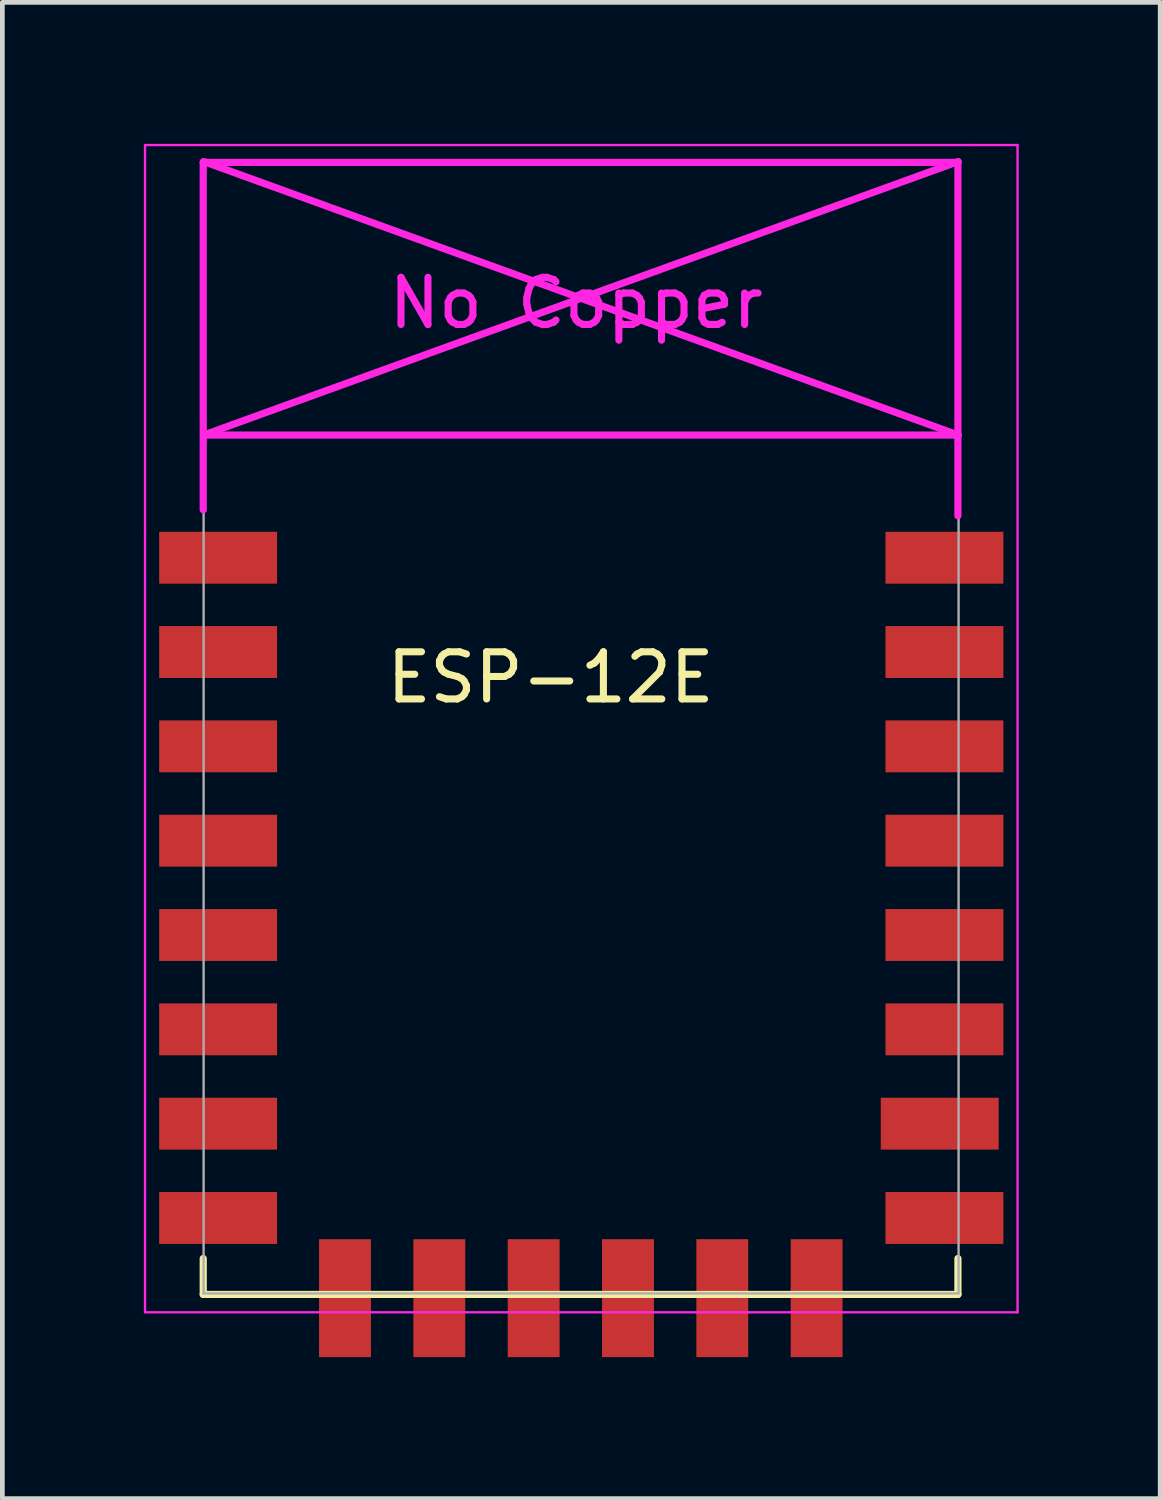
<source format=kicad_pcb>
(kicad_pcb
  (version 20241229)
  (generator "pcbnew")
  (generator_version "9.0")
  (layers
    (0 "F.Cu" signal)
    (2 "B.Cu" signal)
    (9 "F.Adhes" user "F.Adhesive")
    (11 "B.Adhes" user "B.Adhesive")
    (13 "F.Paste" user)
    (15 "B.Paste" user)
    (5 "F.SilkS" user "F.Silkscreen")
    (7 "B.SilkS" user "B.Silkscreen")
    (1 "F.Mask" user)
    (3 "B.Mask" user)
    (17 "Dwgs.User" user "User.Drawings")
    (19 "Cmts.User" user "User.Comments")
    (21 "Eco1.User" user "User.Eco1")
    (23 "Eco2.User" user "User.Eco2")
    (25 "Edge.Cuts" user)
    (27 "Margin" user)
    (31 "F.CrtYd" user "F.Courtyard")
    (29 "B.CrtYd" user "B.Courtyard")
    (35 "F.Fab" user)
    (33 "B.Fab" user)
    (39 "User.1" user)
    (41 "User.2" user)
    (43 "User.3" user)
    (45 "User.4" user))
  (footprint "ESP-12E"
    (layer "F.Cu")
    (at 2.275 8.775)
    (property "Reference" "ESP-12E" (at 6.35 2.54 0) (layer "F.SilkS") (effects (font (size 1 1) (thickness 0.15))))
    (attr through_hole)
    (fp_line (start -1.016 14.859) (end -1.016 15.621) (stroke (width 0.152) (type solid)) (layer "F.SilkS"))
    (fp_line (start -1.016 15.621) (end 14.986 15.621) (stroke (width 0.152) (type solid)) (layer "F.SilkS"))
    (fp_line (start 14.986 15.621) (end 14.986 14.859) (stroke (width 0.152) (type solid)) (layer "F.SilkS"))
    (fp_line (start -2.25 -8.75) (end 15.25 -8.75) (stroke (width 0.05) (type solid)) (layer "F.CrtYd"))
    (fp_line (start -2.25 -0.5) (end -2.25 -8.75) (stroke (width 0.05) (type solid)) (layer "F.CrtYd"))
    (fp_line (start -2.25 16) (end -2.25 -0.5) (stroke (width 0.05) (type solid)) (layer "F.CrtYd"))
    (fp_line (start -1.016 -8.382) (end -1.016 -1.016) (stroke (width 0.152) (type solid)) (layer "F.CrtYd"))
    (fp_line (start -1.016 -8.382) (end 14.986 -8.382) (stroke (width 0.152) (type solid)) (layer "F.CrtYd"))
    (fp_line (start -1.008 -8.4) (end 14.992 -2.6) (stroke (width 0.152) (type solid)) (layer "F.CrtYd"))
    (fp_line (start -1.008 -2.6) (end 14.992 -2.6) (stroke (width 0.152) (type solid)) (layer "F.CrtYd"))
    (fp_line (start 14.986 -8.382) (end 14.986 -0.889) (stroke (width 0.152) (type solid)) (layer "F.CrtYd"))
    (fp_line (start 14.992 -8.4) (end -1.008 -2.6) (stroke (width 0.152) (type solid)) (layer "F.CrtYd"))
    (fp_line (start 15.25 -8.75) (end 16.25 -8.75) (stroke (width 0.05) (type solid)) (layer "F.CrtYd"))
    (fp_line (start 16.25 -8.75) (end 16.25 16) (stroke (width 0.05) (type solid)) (layer "F.CrtYd"))
    (fp_line (start 16.25 16) (end -2.25 16) (stroke (width 0.05) (type solid)) (layer "F.CrtYd"))
    (fp_line (start -1.008 -8.4) (end 14.992 -8.4) (stroke (width 0.05) (type solid)) (layer "F.Fab"))
    (fp_line (start -1.008 15.6) (end -1.008 -8.4) (stroke (width 0.05) (type solid)) (layer "F.Fab"))
    (fp_line (start 14.992 15.6) (end -1.008 15.6) (stroke (width 0.05) (type solid)) (layer "F.Fab"))
    (fp_line (start 15 -8.4) (end 15 15.6) (stroke (width 0.05) (type solid)) (layer "F.Fab"))
    (fp_text user "No Copper" (at 6.892 -5.4 0) (layer "F.CrtYd") (effects (font (size 1 1) (thickness 0.15))))
    (pad "1" smd rect (at 0 0) (size 2.5 1.1) (drill (offset -0.7 0)) (layers "F.Cu" "F.Mask" "F.Paste"))
    (pad "2" smd rect (at 0 2) (size 2.5 1.1) (drill (offset -0.7 0)) (layers "F.Cu" "F.Mask" "F.Paste"))
    (pad "3" smd rect (at 0 4) (size 2.5 1.1) (drill (offset -0.7 0)) (layers "F.Cu" "F.Mask" "F.Paste"))
    (pad "4" smd rect (at 0 6) (size 2.5 1.1) (drill (offset -0.7 0)) (layers "F.Cu" "F.Mask" "F.Paste"))
    (pad "5" smd rect (at 0 8) (size 2.5 1.1) (drill (offset -0.7 0)) (layers "F.Cu" "F.Mask" "F.Paste"))
    (pad "6" smd rect (at 0 10) (size 2.5 1.1) (drill (offset -0.7 0)) (layers "F.Cu" "F.Mask" "F.Paste"))
    (pad "7" smd rect (at 0 12) (size 2.5 1.1) (drill (offset -0.7 0)) (layers "F.Cu" "F.Mask" "F.Paste"))
    (pad "8" smd rect (at 0 14) (size 2.5 1.1) (drill (offset -0.7 0)) (layers "F.Cu" "F.Mask" "F.Paste"))
    (pad "9" smd rect (at 14 14) (size 2.5 1.1) (drill (offset 0.7 0)) (layers "F.Cu" "F.Mask" "F.Paste"))
    (pad "10" smd rect (at 14 12) (size 2.5 1.1) (drill (offset 0.6 0)) (layers "F.Cu" "F.Mask" "F.Paste"))
    (pad "11" smd rect (at 14 10) (size 2.5 1.1) (drill (offset 0.7 0)) (layers "F.Cu" "F.Mask" "F.Paste"))
    (pad "12" smd rect (at 14 8) (size 2.5 1.1) (drill (offset 0.7 0)) (layers "F.Cu" "F.Mask" "F.Paste"))
    (pad "13" smd rect (at 14 6) (size 2.5 1.1) (drill (offset 0.7 0)) (layers "F.Cu" "F.Mask" "F.Paste"))
    (pad "14" smd rect (at 14 4) (size 2.5 1.1) (drill (offset 0.7 0)) (layers "F.Cu" "F.Mask" "F.Paste"))
    (pad "15" smd rect (at 14 2) (size 2.5 1.1) (drill (offset 0.7 0)) (layers "F.Cu" "F.Mask" "F.Paste"))
    (pad "16" smd rect (at 14 0) (size 2.5 1.1) (drill (offset 0.7 0)) (layers "F.Cu" "F.Mask" "F.Paste"))
    (pad "17" smd rect (at 1.99 15 90) (size 2.5 1.1) (drill (offset -0.7 0)) (layers "F.Cu" "F.Mask" "F.Paste"))
    (pad "18" smd rect (at 3.99 15 90) (size 2.5 1.1) (drill (offset -0.7 0)) (layers "F.Cu" "F.Mask" "F.Paste"))
    (pad "19" smd rect (at 5.99 15 90) (size 2.5 1.1) (drill (offset -0.7 0)) (layers "F.Cu" "F.Mask" "F.Paste"))
    (pad "20" smd rect (at 7.99 15 90) (size 2.5 1.1) (drill (offset -0.7 0)) (layers "F.Cu" "F.Mask" "F.Paste"))
    (pad "21" smd rect (at 9.99 15 90) (size 2.5 1.1) (drill (offset -0.7 0)) (layers "F.Cu" "F.Mask" "F.Paste"))
    (pad "22" smd rect (at 11.99 15 90) (size 2.5 1.1) (drill (offset -0.7 0)) (layers "F.Cu" "F.Mask" "F.Paste")))
  (gr_rect
    (start -3 -3)
    (end 21.55 28.725)
    (stroke (width 0.1) (type default))
    (fill no)
    (layer "Edge.Cuts")))
</source>
